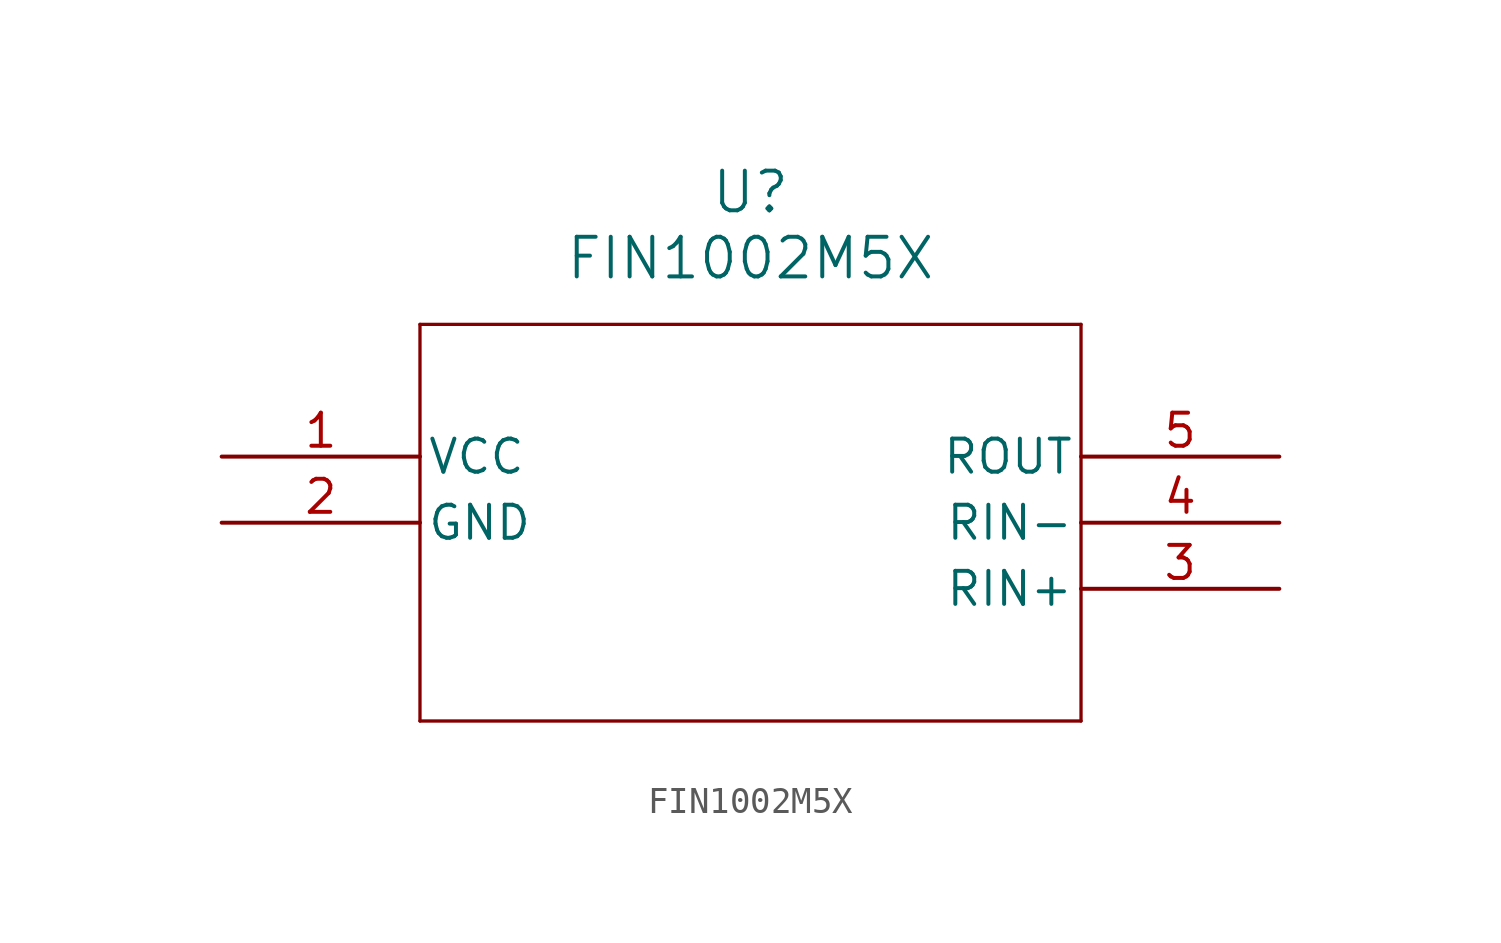
<source format=kicad_sym>
(kicad_symbol_lib
  (version 20211014)
  (generator kicad_symbol_editor)
  (symbol "FIN1002M5X"
    (pin_names
      (offset 0.254))
    (property "Reference" "U"
      (at 20.32 10.16 0)
      (effects (font (size 1.524 1.524))))
    (property "Value" "FIN1002M5X"
      (at 20.32 7.62 0)
      (effects (font (size 1.524 1.524))))
    (symbol "FIN1002M5X_0_1"
      (polyline (pts (xy 7.62 5.08) (xy 7.62 -10.16)) (stroke (width 0.127) (type default) (color 0 0 0 0)) (fill (type none)))
      (polyline (pts (xy 7.62 -10.16) (xy 33.02 -10.16)) (stroke (width 0.127) (type default) (color 0 0 0 0)) (fill (type none)))
      (polyline (pts (xy 33.02 -10.16) (xy 33.02 5.08)) (stroke (width 0.127) (type default) (color 0 0 0 0)) (fill (type none)))
      (polyline (pts (xy 33.02 5.08) (xy 7.62 5.08)) (stroke (width 0.127) (type default) (color 0 0 0 0)) (fill (type none)))
      (pin power_in line (at 0 0 0) (length 7.62) (name "VCC" (effects (font (size 1.27 1.27)))) (number "1" (effects (font (size 1.27 1.27)))))
      (pin power_out line (at 0 -2.54 0) (length 7.62) (name "GND" (effects (font (size 1.27 1.27)))) (number "2" (effects (font (size 1.27 1.27)))))
      (pin unspecified line (at 40.64 -5.08 180) (length 7.62) (name "RIN+" (effects (font (size 1.27 1.27)))) (number "3" (effects (font (size 1.27 1.27)))))
      (pin unspecified line (at 40.64 -2.54 180) (length 7.62) (name "RIN-" (effects (font (size 1.27 1.27)))) (number "4" (effects (font (size 1.27 1.27)))))
      (pin output line (at 40.64 0 180) (length 7.62) (name "ROUT" (effects (font (size 1.27 1.27)))) (number "5" (effects (font (size 1.27 1.27))))))))
</source>
